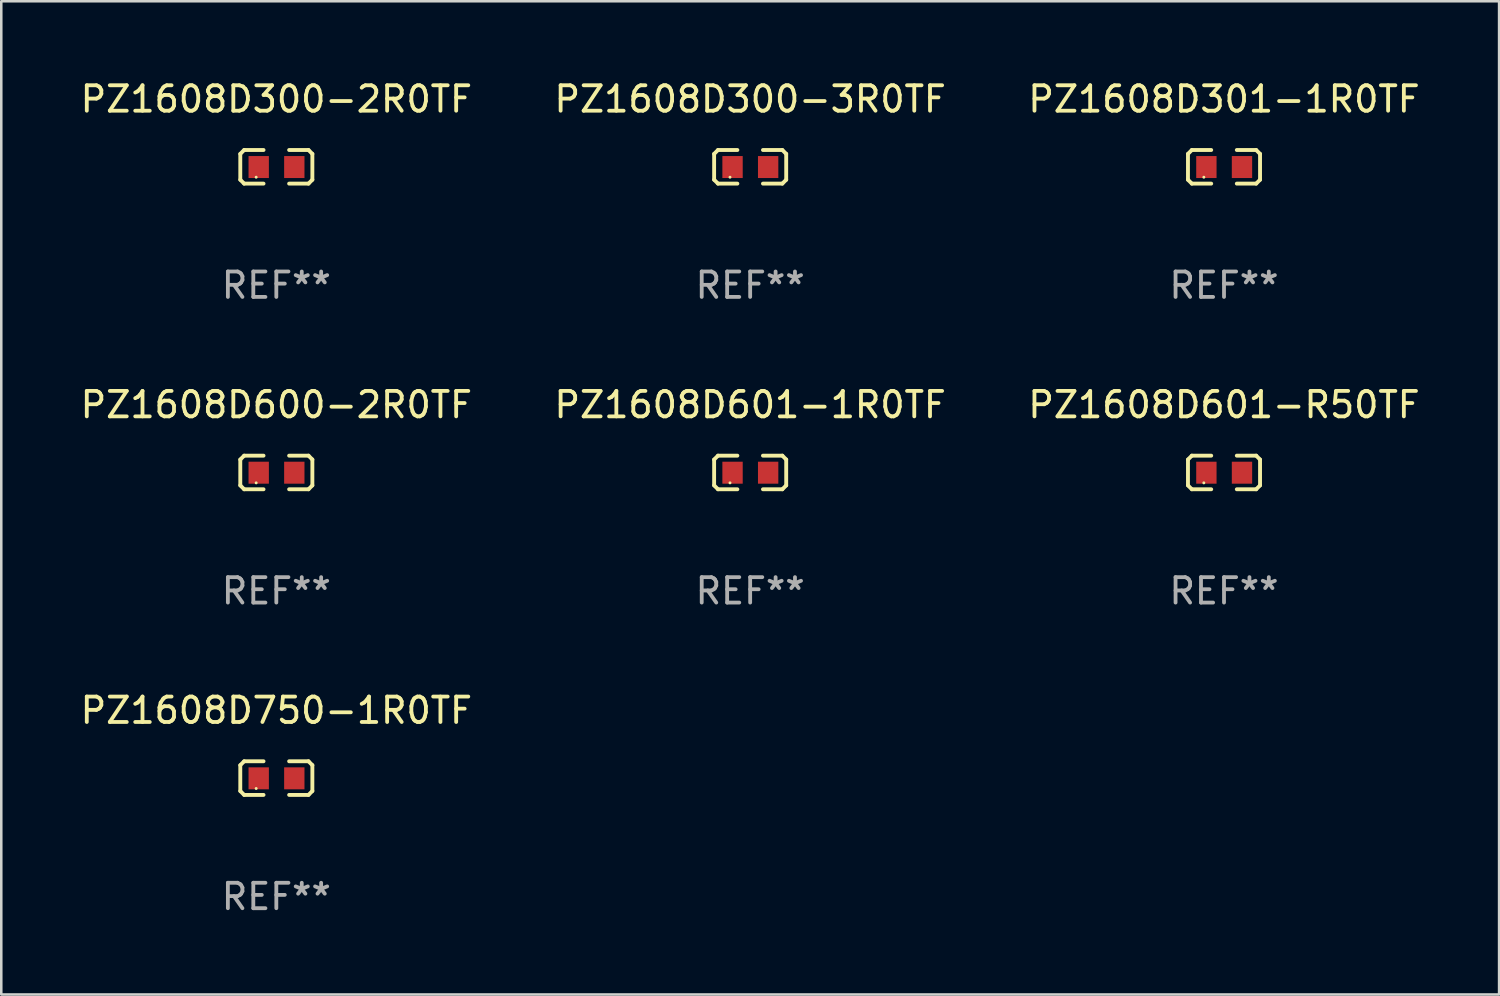
<source format=kicad_pcb>
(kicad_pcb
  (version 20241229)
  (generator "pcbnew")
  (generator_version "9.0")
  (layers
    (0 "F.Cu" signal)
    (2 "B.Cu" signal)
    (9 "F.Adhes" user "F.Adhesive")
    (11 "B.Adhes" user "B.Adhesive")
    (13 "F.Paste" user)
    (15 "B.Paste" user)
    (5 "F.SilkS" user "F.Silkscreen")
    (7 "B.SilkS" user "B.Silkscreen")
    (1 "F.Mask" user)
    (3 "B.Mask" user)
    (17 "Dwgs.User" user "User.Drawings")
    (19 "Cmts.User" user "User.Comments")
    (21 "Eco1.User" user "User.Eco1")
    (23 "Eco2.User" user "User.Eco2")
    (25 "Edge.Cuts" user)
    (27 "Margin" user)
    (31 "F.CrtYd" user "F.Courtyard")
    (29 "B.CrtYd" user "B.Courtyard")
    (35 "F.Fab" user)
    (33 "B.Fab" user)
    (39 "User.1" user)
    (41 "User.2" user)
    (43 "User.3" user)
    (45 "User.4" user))
  (footprint "PZ1608D300-3R0TF"
    (layer "F.Cu")
    (at 26.446 3.509)
    (property "Reference" "PZ1608D300-3R0TF" (at 0 -2.661 0) (layer "F.SilkS") (effects (font (size 1 1) (thickness 0.15))))
    (attr through_hole)
    (fp_line (start -1.417 -0.508) (end -1.265 -0.661) (stroke (width 0.152) (type solid)) (layer "F.SilkS"))
    (fp_line (start -1.417 0.508) (end -1.417 -0.508) (stroke (width 0.152) (type solid)) (layer "F.SilkS"))
    (fp_line (start -1.265 -0.661) (end -0.503 -0.661) (stroke (width 0.152) (type solid)) (layer "F.SilkS"))
    (fp_line (start -1.265 0.661) (end -1.417 0.508) (stroke (width 0.152) (type solid)) (layer "F.SilkS"))
    (fp_line (start -1.265 0.661) (end -0.503 0.661) (stroke (width 0.152) (type solid)) (layer "F.SilkS"))
    (fp_line (start 1.265 -0.661) (end 0.503 -0.661) (stroke (width 0.152) (type solid)) (layer "F.SilkS"))
    (fp_line (start 1.265 -0.661) (end 1.417 -0.508) (stroke (width 0.152) (type solid)) (layer "F.SilkS"))
    (fp_line (start 1.265 0.661) (end 0.503 0.661) (stroke (width 0.152) (type solid)) (layer "F.SilkS"))
    (fp_line (start 1.417 -0.508) (end 1.417 0.508) (stroke (width 0.152) (type solid)) (layer "F.SilkS"))
    (fp_line (start 1.417 0.508) (end 1.265 0.661) (stroke (width 0.152) (type solid)) (layer "F.SilkS"))
    (fp_circle (center -0.793 0.409) (end -0.763 0.409) (stroke (width 0.06) (type solid)) (fill no) (layer "F.SilkS"))
    (fp_text user "REF**" (at 0 4.661 0) (layer "F.Fab") (effects (font (size 1 1) (thickness 0.15))))
    (pad "1" smd rect (at -0.693 0.009 180) (size 0.8 0.864) (layers "F.Cu" "F.Mask" "F.Paste"))
    (pad "2" smd rect (at 0.707 0.009 180) (size 0.8 0.864) (layers "F.Cu" "F.Mask" "F.Paste")))
  (footprint "PZ1608D600-2R0TF"
    (layer "F.Cu")
    (at 7.815 15.527)
    (property "Reference" "PZ1608D600-2R0TF" (at 0 -2.661 0) (layer "F.SilkS") (effects (font (size 1 1) (thickness 0.15))))
    (attr through_hole)
    (fp_line (start -1.417 -0.508) (end -1.265 -0.661) (stroke (width 0.152) (type solid)) (layer "F.SilkS"))
    (fp_line (start -1.417 0.508) (end -1.417 -0.508) (stroke (width 0.152) (type solid)) (layer "F.SilkS"))
    (fp_line (start -1.265 -0.661) (end -0.503 -0.661) (stroke (width 0.152) (type solid)) (layer "F.SilkS"))
    (fp_line (start -1.265 0.661) (end -1.417 0.508) (stroke (width 0.152) (type solid)) (layer "F.SilkS"))
    (fp_line (start -1.265 0.661) (end -0.503 0.661) (stroke (width 0.152) (type solid)) (layer "F.SilkS"))
    (fp_line (start 1.265 -0.661) (end 0.503 -0.661) (stroke (width 0.152) (type solid)) (layer "F.SilkS"))
    (fp_line (start 1.265 -0.661) (end 1.417 -0.508) (stroke (width 0.152) (type solid)) (layer "F.SilkS"))
    (fp_line (start 1.265 0.661) (end 0.503 0.661) (stroke (width 0.152) (type solid)) (layer "F.SilkS"))
    (fp_line (start 1.417 -0.508) (end 1.417 0.508) (stroke (width 0.152) (type solid)) (layer "F.SilkS"))
    (fp_line (start 1.417 0.508) (end 1.265 0.661) (stroke (width 0.152) (type solid)) (layer "F.SilkS"))
    (fp_circle (center -0.793 0.409) (end -0.763 0.409) (stroke (width 0.06) (type solid)) (fill no) (layer "F.SilkS"))
    (fp_text user "REF**" (at 0 4.661 0) (layer "F.Fab") (effects (font (size 1 1) (thickness 0.15))))
    (pad "1" smd rect (at -0.693 0.009 180) (size 0.8 0.864) (layers "F.Cu" "F.Mask" "F.Paste"))
    (pad "2" smd rect (at 0.707 0.009 180) (size 0.8 0.864) (layers "F.Cu" "F.Mask" "F.Paste")))
  (footprint "PZ1608D601-1R0TF"
    (layer "F.Cu")
    (at 26.446 15.527)
    (property "Reference" "PZ1608D601-1R0TF" (at 0 -2.661 0) (layer "F.SilkS") (effects (font (size 1 1) (thickness 0.15))))
    (attr through_hole)
    (fp_line (start -1.417 -0.508) (end -1.265 -0.661) (stroke (width 0.152) (type solid)) (layer "F.SilkS"))
    (fp_line (start -1.417 0.508) (end -1.417 -0.508) (stroke (width 0.152) (type solid)) (layer "F.SilkS"))
    (fp_line (start -1.265 -0.661) (end -0.503 -0.661) (stroke (width 0.152) (type solid)) (layer "F.SilkS"))
    (fp_line (start -1.265 0.661) (end -1.417 0.508) (stroke (width 0.152) (type solid)) (layer "F.SilkS"))
    (fp_line (start -1.265 0.661) (end -0.503 0.661) (stroke (width 0.152) (type solid)) (layer "F.SilkS"))
    (fp_line (start 1.265 -0.661) (end 0.503 -0.661) (stroke (width 0.152) (type solid)) (layer "F.SilkS"))
    (fp_line (start 1.265 -0.661) (end 1.417 -0.508) (stroke (width 0.152) (type solid)) (layer "F.SilkS"))
    (fp_line (start 1.265 0.661) (end 0.503 0.661) (stroke (width 0.152) (type solid)) (layer "F.SilkS"))
    (fp_line (start 1.417 -0.508) (end 1.417 0.508) (stroke (width 0.152) (type solid)) (layer "F.SilkS"))
    (fp_line (start 1.417 0.508) (end 1.265 0.661) (stroke (width 0.152) (type solid)) (layer "F.SilkS"))
    (fp_circle (center -0.793 0.409) (end -0.763 0.409) (stroke (width 0.06) (type solid)) (fill no) (layer "F.SilkS"))
    (fp_text user "REF**" (at 0 4.661 0) (layer "F.Fab") (effects (font (size 1 1) (thickness 0.15))))
    (pad "1" smd rect (at -0.693 0.009 180) (size 0.8 0.864) (layers "F.Cu" "F.Mask" "F.Paste"))
    (pad "2" smd rect (at 0.707 0.009 180) (size 0.8 0.864) (layers "F.Cu" "F.Mask" "F.Paste")))
  (footprint "PZ1608D301-1R0TF"
    (layer "F.Cu")
    (at 45.077 3.509)
    (property "Reference" "PZ1608D301-1R0TF" (at 0 -2.661 0) (layer "F.SilkS") (effects (font (size 1 1) (thickness 0.15))))
    (attr through_hole)
    (fp_line (start -1.417 -0.508) (end -1.265 -0.661) (stroke (width 0.152) (type solid)) (layer "F.SilkS"))
    (fp_line (start -1.417 0.508) (end -1.417 -0.508) (stroke (width 0.152) (type solid)) (layer "F.SilkS"))
    (fp_line (start -1.265 -0.661) (end -0.503 -0.661) (stroke (width 0.152) (type solid)) (layer "F.SilkS"))
    (fp_line (start -1.265 0.661) (end -1.417 0.508) (stroke (width 0.152) (type solid)) (layer "F.SilkS"))
    (fp_line (start -1.265 0.661) (end -0.503 0.661) (stroke (width 0.152) (type solid)) (layer "F.SilkS"))
    (fp_line (start 1.265 -0.661) (end 0.503 -0.661) (stroke (width 0.152) (type solid)) (layer "F.SilkS"))
    (fp_line (start 1.265 -0.661) (end 1.417 -0.508) (stroke (width 0.152) (type solid)) (layer "F.SilkS"))
    (fp_line (start 1.265 0.661) (end 0.503 0.661) (stroke (width 0.152) (type solid)) (layer "F.SilkS"))
    (fp_line (start 1.417 -0.508) (end 1.417 0.508) (stroke (width 0.152) (type solid)) (layer "F.SilkS"))
    (fp_line (start 1.417 0.508) (end 1.265 0.661) (stroke (width 0.152) (type solid)) (layer "F.SilkS"))
    (fp_circle (center -0.793 0.409) (end -0.763 0.409) (stroke (width 0.06) (type solid)) (fill no) (layer "F.SilkS"))
    (fp_text user "REF**" (at 0 4.661 0) (layer "F.Fab") (effects (font (size 1 1) (thickness 0.15))))
    (pad "1" smd rect (at -0.693 0.009 180) (size 0.8 0.864) (layers "F.Cu" "F.Mask" "F.Paste"))
    (pad "2" smd rect (at 0.707 0.009 180) (size 0.8 0.864) (layers "F.Cu" "F.Mask" "F.Paste")))
  (footprint "PZ1608D300-2R0TF"
    (layer "F.Cu")
    (at 7.815 3.509)
    (property "Reference" "PZ1608D300-2R0TF" (at 0 -2.661 0) (layer "F.SilkS") (effects (font (size 1 1) (thickness 0.15))))
    (attr through_hole)
    (fp_line (start -1.417 -0.508) (end -1.265 -0.661) (stroke (width 0.152) (type solid)) (layer "F.SilkS"))
    (fp_line (start -1.417 0.508) (end -1.417 -0.508) (stroke (width 0.152) (type solid)) (layer "F.SilkS"))
    (fp_line (start -1.265 -0.661) (end -0.503 -0.661) (stroke (width 0.152) (type solid)) (layer "F.SilkS"))
    (fp_line (start -1.265 0.661) (end -1.417 0.508) (stroke (width 0.152) (type solid)) (layer "F.SilkS"))
    (fp_line (start -1.265 0.661) (end -0.503 0.661) (stroke (width 0.152) (type solid)) (layer "F.SilkS"))
    (fp_line (start 1.265 -0.661) (end 0.503 -0.661) (stroke (width 0.152) (type solid)) (layer "F.SilkS"))
    (fp_line (start 1.265 -0.661) (end 1.417 -0.508) (stroke (width 0.152) (type solid)) (layer "F.SilkS"))
    (fp_line (start 1.265 0.661) (end 0.503 0.661) (stroke (width 0.152) (type solid)) (layer "F.SilkS"))
    (fp_line (start 1.417 -0.508) (end 1.417 0.508) (stroke (width 0.152) (type solid)) (layer "F.SilkS"))
    (fp_line (start 1.417 0.508) (end 1.265 0.661) (stroke (width 0.152) (type solid)) (layer "F.SilkS"))
    (fp_circle (center -0.793 0.409) (end -0.763 0.409) (stroke (width 0.06) (type solid)) (fill no) (layer "F.SilkS"))
    (fp_text user "REF**" (at 0 4.661 0) (layer "F.Fab") (effects (font (size 1 1) (thickness 0.15))))
    (pad "1" smd rect (at -0.693 0.009 180) (size 0.8 0.864) (layers "F.Cu" "F.Mask" "F.Paste"))
    (pad "2" smd rect (at 0.707 0.009 180) (size 0.8 0.864) (layers "F.Cu" "F.Mask" "F.Paste")))
  (footprint "PZ1608D601-R50TF"
    (layer "F.Cu")
    (at 45.077 15.527)
    (property "Reference" "PZ1608D601-R50TF" (at 0 -2.661 0) (layer "F.SilkS") (effects (font (size 1 1) (thickness 0.15))))
    (attr through_hole)
    (fp_line (start -1.417 -0.508) (end -1.265 -0.661) (stroke (width 0.152) (type solid)) (layer "F.SilkS"))
    (fp_line (start -1.417 0.508) (end -1.417 -0.508) (stroke (width 0.152) (type solid)) (layer "F.SilkS"))
    (fp_line (start -1.265 -0.661) (end -0.503 -0.661) (stroke (width 0.152) (type solid)) (layer "F.SilkS"))
    (fp_line (start -1.265 0.661) (end -1.417 0.508) (stroke (width 0.152) (type solid)) (layer "F.SilkS"))
    (fp_line (start -1.265 0.661) (end -0.503 0.661) (stroke (width 0.152) (type solid)) (layer "F.SilkS"))
    (fp_line (start 1.265 -0.661) (end 0.503 -0.661) (stroke (width 0.152) (type solid)) (layer "F.SilkS"))
    (fp_line (start 1.265 -0.661) (end 1.417 -0.508) (stroke (width 0.152) (type solid)) (layer "F.SilkS"))
    (fp_line (start 1.265 0.661) (end 0.503 0.661) (stroke (width 0.152) (type solid)) (layer "F.SilkS"))
    (fp_line (start 1.417 -0.508) (end 1.417 0.508) (stroke (width 0.152) (type solid)) (layer "F.SilkS"))
    (fp_line (start 1.417 0.508) (end 1.265 0.661) (stroke (width 0.152) (type solid)) (layer "F.SilkS"))
    (fp_circle (center -0.793 0.409) (end -0.763 0.409) (stroke (width 0.06) (type solid)) (fill no) (layer "F.SilkS"))
    (fp_text user "REF**" (at 0 4.661 0) (layer "F.Fab") (effects (font (size 1 1) (thickness 0.15))))
    (pad "1" smd rect (at -0.693 0.009 180) (size 0.8 0.864) (layers "F.Cu" "F.Mask" "F.Paste"))
    (pad "2" smd rect (at 0.707 0.009 180) (size 0.8 0.864) (layers "F.Cu" "F.Mask" "F.Paste")))
  (footprint "PZ1608D750-1R0TF"
    (layer "F.Cu")
    (at 7.815 27.544)
    (property "Reference" "PZ1608D750-1R0TF" (at 0 -2.661 0) (layer "F.SilkS") (effects (font (size 1 1) (thickness 0.15))))
    (attr through_hole)
    (fp_line (start -1.417 -0.508) (end -1.265 -0.661) (stroke (width 0.152) (type solid)) (layer "F.SilkS"))
    (fp_line (start -1.417 0.508) (end -1.417 -0.508) (stroke (width 0.152) (type solid)) (layer "F.SilkS"))
    (fp_line (start -1.265 -0.661) (end -0.503 -0.661) (stroke (width 0.152) (type solid)) (layer "F.SilkS"))
    (fp_line (start -1.265 0.661) (end -1.417 0.508) (stroke (width 0.152) (type solid)) (layer "F.SilkS"))
    (fp_line (start -1.265 0.661) (end -0.503 0.661) (stroke (width 0.152) (type solid)) (layer "F.SilkS"))
    (fp_line (start 1.265 -0.661) (end 0.503 -0.661) (stroke (width 0.152) (type solid)) (layer "F.SilkS"))
    (fp_line (start 1.265 -0.661) (end 1.417 -0.508) (stroke (width 0.152) (type solid)) (layer "F.SilkS"))
    (fp_line (start 1.265 0.661) (end 0.503 0.661) (stroke (width 0.152) (type solid)) (layer "F.SilkS"))
    (fp_line (start 1.417 -0.508) (end 1.417 0.508) (stroke (width 0.152) (type solid)) (layer "F.SilkS"))
    (fp_line (start 1.417 0.508) (end 1.265 0.661) (stroke (width 0.152) (type solid)) (layer "F.SilkS"))
    (fp_circle (center -0.793 0.409) (end -0.763 0.409) (stroke (width 0.06) (type solid)) (fill no) (layer "F.SilkS"))
    (fp_text user "REF**" (at 0 4.661 0) (layer "F.Fab") (effects (font (size 1 1) (thickness 0.15))))
    (pad "1" smd rect (at -0.693 0.009 180) (size 0.8 0.864) (layers "F.Cu" "F.Mask" "F.Paste"))
    (pad "2" smd rect (at 0.707 0.009 180) (size 0.8 0.864) (layers "F.Cu" "F.Mask" "F.Paste")))
  (gr_rect
    (start -3 -3)
    (end 55.893 36.053)
    (stroke (width 0.1) (type default))
    (fill no)
    (layer "Edge.Cuts")))
</source>
